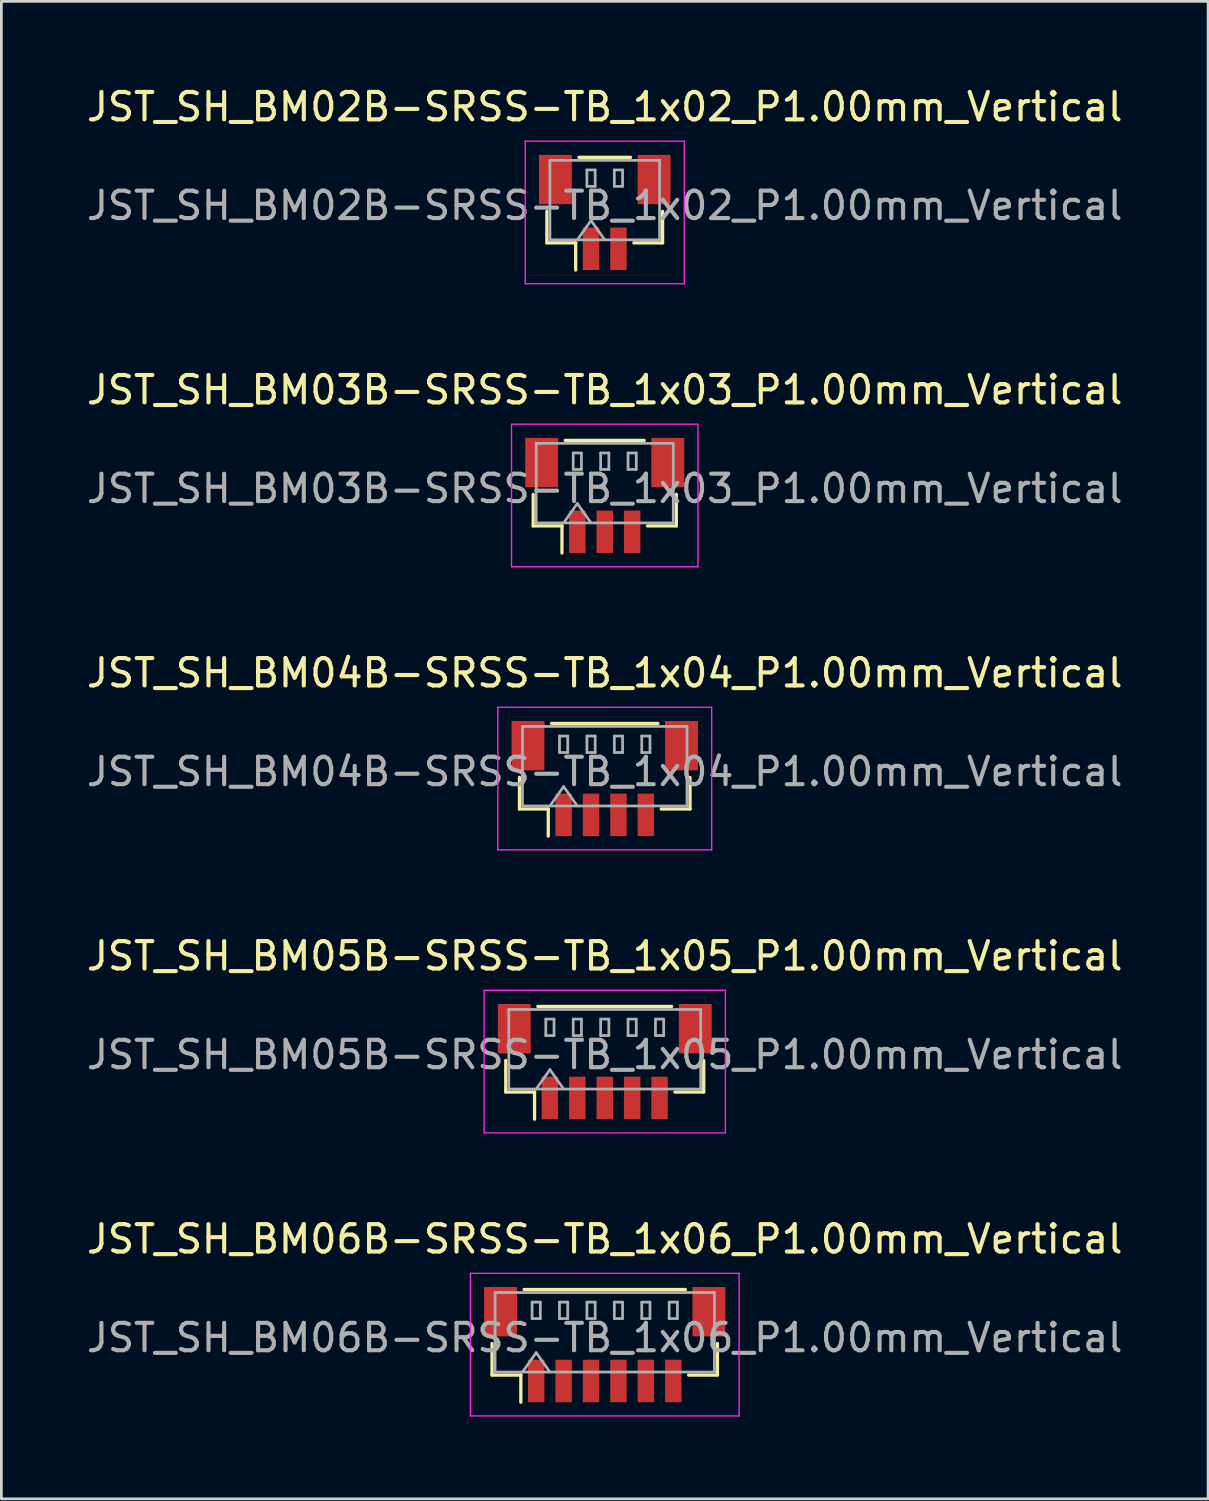
<source format=kicad_pcb>
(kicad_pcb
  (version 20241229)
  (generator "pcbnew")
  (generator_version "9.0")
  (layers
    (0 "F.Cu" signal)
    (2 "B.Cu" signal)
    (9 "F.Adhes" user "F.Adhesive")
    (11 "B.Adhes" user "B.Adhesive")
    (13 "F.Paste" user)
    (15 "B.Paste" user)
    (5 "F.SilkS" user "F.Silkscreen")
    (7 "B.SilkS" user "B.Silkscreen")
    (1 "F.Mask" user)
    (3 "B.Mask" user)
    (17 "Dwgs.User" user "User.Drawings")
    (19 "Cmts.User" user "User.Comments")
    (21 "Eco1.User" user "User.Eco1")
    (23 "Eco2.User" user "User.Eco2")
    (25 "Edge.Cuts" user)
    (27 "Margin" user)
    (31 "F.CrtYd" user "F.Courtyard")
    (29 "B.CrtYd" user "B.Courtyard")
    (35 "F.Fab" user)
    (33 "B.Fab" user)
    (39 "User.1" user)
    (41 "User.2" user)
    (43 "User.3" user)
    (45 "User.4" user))
  (footprint "JST_SH_BM02B-SRSS-TB_1x02_P1.00mm_Vertical"
    (layer "F.Cu")
    (at 19.006 4.698)
    (property "Reference" "JST_SH_BM02B-SRSS-TB_1x02_P1.00mm_Vertical" (at 0 -3.85 0) (layer "F.SilkS") (effects (font (size 1 1) (thickness 0.15))))
    (attr smd)
    (fp_line (start -2.11 -0.04) (end -2.11 1.11) (stroke (width 0.12) (type solid)) (layer "F.SilkS"))
    (fp_line (start -2.11 1.11) (end -1.06 1.11) (stroke (width 0.12) (type solid)) (layer "F.SilkS"))
    (fp_line (start -1.06 1.11) (end -1.06 2.1) (stroke (width 0.12) (type solid)) (layer "F.SilkS"))
    (fp_line (start -0.94 -2.01) (end 0.94 -2.01) (stroke (width 0.12) (type solid)) (layer "F.SilkS"))
    (fp_line (start 2.11 -0.04) (end 2.11 1.11) (stroke (width 0.12) (type solid)) (layer "F.SilkS"))
    (fp_line (start 2.11 1.11) (end 1.06 1.11) (stroke (width 0.12) (type solid)) (layer "F.SilkS"))
    (fp_line (start -2.9 -2.6) (end -2.9 2.6) (stroke (width 0.05) (type solid)) (layer "F.CrtYd"))
    (fp_line (start -2.9 2.6) (end 2.9 2.6) (stroke (width 0.05) (type solid)) (layer "F.CrtYd"))
    (fp_line (start 2.9 -2.6) (end -2.9 -2.6) (stroke (width 0.05) (type solid)) (layer "F.CrtYd"))
    (fp_line (start 2.9 2.6) (end 2.9 -2.6) (stroke (width 0.05) (type solid)) (layer "F.CrtYd"))
    (fp_line (start -2 -1.9) (end 2 -1.9) (stroke (width 0.1) (type solid)) (layer "F.Fab"))
    (fp_line (start -2 1) (end -2 -1.9) (stroke (width 0.1) (type solid)) (layer "F.Fab"))
    (fp_line (start -2 1) (end 2 1) (stroke (width 0.1) (type solid)) (layer "F.Fab"))
    (fp_line (start -1 1) (end -0.5 0.293) (stroke (width 0.1) (type solid)) (layer "F.Fab"))
    (fp_line (start -0.65 -1.55) (end -0.65 -0.95) (stroke (width 0.1) (type solid)) (layer "F.Fab"))
    (fp_line (start -0.65 -0.95) (end -0.35 -0.95) (stroke (width 0.1) (type solid)) (layer "F.Fab"))
    (fp_line (start -0.5 0.293) (end 0 1) (stroke (width 0.1) (type solid)) (layer "F.Fab"))
    (fp_line (start -0.35 -1.55) (end -0.65 -1.55) (stroke (width 0.1) (type solid)) (layer "F.Fab"))
    (fp_line (start -0.35 -0.95) (end -0.35 -1.55) (stroke (width 0.1) (type solid)) (layer "F.Fab"))
    (fp_line (start 0.35 -1.55) (end 0.35 -0.95) (stroke (width 0.1) (type solid)) (layer "F.Fab"))
    (fp_line (start 0.35 -0.95) (end 0.65 -0.95) (stroke (width 0.1) (type solid)) (layer "F.Fab"))
    (fp_line (start 0.65 -1.55) (end 0.35 -1.55) (stroke (width 0.1) (type solid)) (layer "F.Fab"))
    (fp_line (start 0.65 -0.95) (end 0.65 -1.55) (stroke (width 0.1) (type solid)) (layer "F.Fab"))
    (fp_line (start 2 1) (end 2 -1.9) (stroke (width 0.1) (type solid)) (layer "F.Fab"))
    (fp_text user "${REFERENCE}" (at 0 -0.25 0) (layer "F.Fab") (effects (font (size 1 1) (thickness 0.15))))
    (pad "" smd rect (at -1.8 -1.2) (size 1.2 1.8) (layers "F.Cu" "F.Mask" "F.Paste"))
    (pad "" smd rect (at 1.8 -1.2) (size 1.2 1.8) (layers "F.Cu" "F.Mask" "F.Paste"))
    (pad "1" smd rect (at -0.5 1.325) (size 0.6 1.55) (layers "F.Cu" "F.Mask" "F.Paste"))
    (pad "2" smd rect (at 0.5 1.325) (size 0.6 1.55) (layers "F.Cu" "F.Mask" "F.Paste")))
  (footprint "JST_SH_BM06B-SRSS-TB_1x06_P1.00mm_Vertical"
    (layer "F.Cu")
    (at 19.006 45.991)
    (property "Reference" "JST_SH_BM06B-SRSS-TB_1x06_P1.00mm_Vertical" (at 0 -3.85 0) (layer "F.SilkS") (effects (font (size 1 1) (thickness 0.15))))
    (attr smd)
    (fp_line (start -4.11 -0.04) (end -4.11 1.11) (stroke (width 0.12) (type solid)) (layer "F.SilkS"))
    (fp_line (start -4.11 1.11) (end -3.06 1.11) (stroke (width 0.12) (type solid)) (layer "F.SilkS"))
    (fp_line (start -3.06 1.11) (end -3.06 2.1) (stroke (width 0.12) (type solid)) (layer "F.SilkS"))
    (fp_line (start -2.94 -2.01) (end 2.94 -2.01) (stroke (width 0.12) (type solid)) (layer "F.SilkS"))
    (fp_line (start 4.11 -0.04) (end 4.11 1.11) (stroke (width 0.12) (type solid)) (layer "F.SilkS"))
    (fp_line (start 4.11 1.11) (end 3.06 1.11) (stroke (width 0.12) (type solid)) (layer "F.SilkS"))
    (fp_line (start -4.9 -2.6) (end -4.9 2.6) (stroke (width 0.05) (type solid)) (layer "F.CrtYd"))
    (fp_line (start -4.9 2.6) (end 4.9 2.6) (stroke (width 0.05) (type solid)) (layer "F.CrtYd"))
    (fp_line (start 4.9 -2.6) (end -4.9 -2.6) (stroke (width 0.05) (type solid)) (layer "F.CrtYd"))
    (fp_line (start 4.9 2.6) (end 4.9 -2.6) (stroke (width 0.05) (type solid)) (layer "F.CrtYd"))
    (fp_line (start -4 -1.9) (end 4 -1.9) (stroke (width 0.1) (type solid)) (layer "F.Fab"))
    (fp_line (start -4 1) (end -4 -1.9) (stroke (width 0.1) (type solid)) (layer "F.Fab"))
    (fp_line (start -4 1) (end 4 1) (stroke (width 0.1) (type solid)) (layer "F.Fab"))
    (fp_line (start -3 1) (end -2.5 0.293) (stroke (width 0.1) (type solid)) (layer "F.Fab"))
    (fp_line (start -2.65 -1.55) (end -2.65 -0.95) (stroke (width 0.1) (type solid)) (layer "F.Fab"))
    (fp_line (start -2.65 -0.95) (end -2.35 -0.95) (stroke (width 0.1) (type solid)) (layer "F.Fab"))
    (fp_line (start -2.5 0.293) (end -2 1) (stroke (width 0.1) (type solid)) (layer "F.Fab"))
    (fp_line (start -2.35 -1.55) (end -2.65 -1.55) (stroke (width 0.1) (type solid)) (layer "F.Fab"))
    (fp_line (start -2.35 -0.95) (end -2.35 -1.55) (stroke (width 0.1) (type solid)) (layer "F.Fab"))
    (fp_line (start -1.65 -1.55) (end -1.65 -0.95) (stroke (width 0.1) (type solid)) (layer "F.Fab"))
    (fp_line (start -1.65 -0.95) (end -1.35 -0.95) (stroke (width 0.1) (type solid)) (layer "F.Fab"))
    (fp_line (start -1.35 -1.55) (end -1.65 -1.55) (stroke (width 0.1) (type solid)) (layer "F.Fab"))
    (fp_line (start -1.35 -0.95) (end -1.35 -1.55) (stroke (width 0.1) (type solid)) (layer "F.Fab"))
    (fp_line (start -0.65 -1.55) (end -0.65 -0.95) (stroke (width 0.1) (type solid)) (layer "F.Fab"))
    (fp_line (start -0.65 -0.95) (end -0.35 -0.95) (stroke (width 0.1) (type solid)) (layer "F.Fab"))
    (fp_line (start -0.35 -1.55) (end -0.65 -1.55) (stroke (width 0.1) (type solid)) (layer "F.Fab"))
    (fp_line (start -0.35 -0.95) (end -0.35 -1.55) (stroke (width 0.1) (type solid)) (layer "F.Fab"))
    (fp_line (start 0.35 -1.55) (end 0.35 -0.95) (stroke (width 0.1) (type solid)) (layer "F.Fab"))
    (fp_line (start 0.35 -0.95) (end 0.65 -0.95) (stroke (width 0.1) (type solid)) (layer "F.Fab"))
    (fp_line (start 0.65 -1.55) (end 0.35 -1.55) (stroke (width 0.1) (type solid)) (layer "F.Fab"))
    (fp_line (start 0.65 -0.95) (end 0.65 -1.55) (stroke (width 0.1) (type solid)) (layer "F.Fab"))
    (fp_line (start 1.35 -1.55) (end 1.35 -0.95) (stroke (width 0.1) (type solid)) (layer "F.Fab"))
    (fp_line (start 1.35 -0.95) (end 1.65 -0.95) (stroke (width 0.1) (type solid)) (layer "F.Fab"))
    (fp_line (start 1.65 -1.55) (end 1.35 -1.55) (stroke (width 0.1) (type solid)) (layer "F.Fab"))
    (fp_line (start 1.65 -0.95) (end 1.65 -1.55) (stroke (width 0.1) (type solid)) (layer "F.Fab"))
    (fp_line (start 2.35 -1.55) (end 2.35 -0.95) (stroke (width 0.1) (type solid)) (layer "F.Fab"))
    (fp_line (start 2.35 -0.95) (end 2.65 -0.95) (stroke (width 0.1) (type solid)) (layer "F.Fab"))
    (fp_line (start 2.65 -1.55) (end 2.35 -1.55) (stroke (width 0.1) (type solid)) (layer "F.Fab"))
    (fp_line (start 2.65 -0.95) (end 2.65 -1.55) (stroke (width 0.1) (type solid)) (layer "F.Fab"))
    (fp_line (start 4 1) (end 4 -1.9) (stroke (width 0.1) (type solid)) (layer "F.Fab"))
    (fp_text user "${REFERENCE}" (at 0 -0.25 0) (layer "F.Fab") (effects (font (size 1 1) (thickness 0.15))))
    (pad "" smd rect (at -3.8 -1.2) (size 1.2 1.8) (layers "F.Cu" "F.Mask" "F.Paste"))
    (pad "" smd rect (at 3.8 -1.2) (size 1.2 1.8) (layers "F.Cu" "F.Mask" "F.Paste"))
    (pad "1" smd rect (at -2.5 1.325) (size 0.6 1.55) (layers "F.Cu" "F.Mask" "F.Paste"))
    (pad "2" smd rect (at -1.5 1.325) (size 0.6 1.55) (layers "F.Cu" "F.Mask" "F.Paste"))
    (pad "3" smd rect (at -0.5 1.325) (size 0.6 1.55) (layers "F.Cu" "F.Mask" "F.Paste"))
    (pad "4" smd rect (at 0.5 1.325) (size 0.6 1.55) (layers "F.Cu" "F.Mask" "F.Paste"))
    (pad "5" smd rect (at 1.5 1.325) (size 0.6 1.55) (layers "F.Cu" "F.Mask" "F.Paste"))
    (pad "6" smd rect (at 2.5 1.325) (size 0.6 1.55) (layers "F.Cu" "F.Mask" "F.Paste")))
  (footprint "JST_SH_BM04B-SRSS-TB_1x04_P1.00mm_Vertical"
    (layer "F.Cu")
    (at 19.006 25.345)
    (property "Reference" "JST_SH_BM04B-SRSS-TB_1x04_P1.00mm_Vertical" (at 0 -3.85 0) (layer "F.SilkS") (effects (font (size 1 1) (thickness 0.15))))
    (attr smd)
    (fp_line (start -3.11 -0.04) (end -3.11 1.11) (stroke (width 0.12) (type solid)) (layer "F.SilkS"))
    (fp_line (start -3.11 1.11) (end -2.06 1.11) (stroke (width 0.12) (type solid)) (layer "F.SilkS"))
    (fp_line (start -2.06 1.11) (end -2.06 2.1) (stroke (width 0.12) (type solid)) (layer "F.SilkS"))
    (fp_line (start -1.94 -2.01) (end 1.94 -2.01) (stroke (width 0.12) (type solid)) (layer "F.SilkS"))
    (fp_line (start 3.11 -0.04) (end 3.11 1.11) (stroke (width 0.12) (type solid)) (layer "F.SilkS"))
    (fp_line (start 3.11 1.11) (end 2.06 1.11) (stroke (width 0.12) (type solid)) (layer "F.SilkS"))
    (fp_line (start -3.9 -2.6) (end -3.9 2.6) (stroke (width 0.05) (type solid)) (layer "F.CrtYd"))
    (fp_line (start -3.9 2.6) (end 3.9 2.6) (stroke (width 0.05) (type solid)) (layer "F.CrtYd"))
    (fp_line (start 3.9 -2.6) (end -3.9 -2.6) (stroke (width 0.05) (type solid)) (layer "F.CrtYd"))
    (fp_line (start 3.9 2.6) (end 3.9 -2.6) (stroke (width 0.05) (type solid)) (layer "F.CrtYd"))
    (fp_line (start -3 -1.9) (end 3 -1.9) (stroke (width 0.1) (type solid)) (layer "F.Fab"))
    (fp_line (start -3 1) (end -3 -1.9) (stroke (width 0.1) (type solid)) (layer "F.Fab"))
    (fp_line (start -3 1) (end 3 1) (stroke (width 0.1) (type solid)) (layer "F.Fab"))
    (fp_line (start -2 1) (end -1.5 0.293) (stroke (width 0.1) (type solid)) (layer "F.Fab"))
    (fp_line (start -1.65 -1.55) (end -1.65 -0.95) (stroke (width 0.1) (type solid)) (layer "F.Fab"))
    (fp_line (start -1.65 -0.95) (end -1.35 -0.95) (stroke (width 0.1) (type solid)) (layer "F.Fab"))
    (fp_line (start -1.5 0.293) (end -1 1) (stroke (width 0.1) (type solid)) (layer "F.Fab"))
    (fp_line (start -1.35 -1.55) (end -1.65 -1.55) (stroke (width 0.1) (type solid)) (layer "F.Fab"))
    (fp_line (start -1.35 -0.95) (end -1.35 -1.55) (stroke (width 0.1) (type solid)) (layer "F.Fab"))
    (fp_line (start -0.65 -1.55) (end -0.65 -0.95) (stroke (width 0.1) (type solid)) (layer "F.Fab"))
    (fp_line (start -0.65 -0.95) (end -0.35 -0.95) (stroke (width 0.1) (type solid)) (layer "F.Fab"))
    (fp_line (start -0.35 -1.55) (end -0.65 -1.55) (stroke (width 0.1) (type solid)) (layer "F.Fab"))
    (fp_line (start -0.35 -0.95) (end -0.35 -1.55) (stroke (width 0.1) (type solid)) (layer "F.Fab"))
    (fp_line (start 0.35 -1.55) (end 0.35 -0.95) (stroke (width 0.1) (type solid)) (layer "F.Fab"))
    (fp_line (start 0.35 -0.95) (end 0.65 -0.95) (stroke (width 0.1) (type solid)) (layer "F.Fab"))
    (fp_line (start 0.65 -1.55) (end 0.35 -1.55) (stroke (width 0.1) (type solid)) (layer "F.Fab"))
    (fp_line (start 0.65 -0.95) (end 0.65 -1.55) (stroke (width 0.1) (type solid)) (layer "F.Fab"))
    (fp_line (start 1.35 -1.55) (end 1.35 -0.95) (stroke (width 0.1) (type solid)) (layer "F.Fab"))
    (fp_line (start 1.35 -0.95) (end 1.65 -0.95) (stroke (width 0.1) (type solid)) (layer "F.Fab"))
    (fp_line (start 1.65 -1.55) (end 1.35 -1.55) (stroke (width 0.1) (type solid)) (layer "F.Fab"))
    (fp_line (start 1.65 -0.95) (end 1.65 -1.55) (stroke (width 0.1) (type solid)) (layer "F.Fab"))
    (fp_line (start 3 1) (end 3 -1.9) (stroke (width 0.1) (type solid)) (layer "F.Fab"))
    (fp_text user "${REFERENCE}" (at 0 -0.25 0) (layer "F.Fab") (effects (font (size 1 1) (thickness 0.15))))
    (pad "" smd rect (at -2.8 -1.2) (size 1.2 1.8) (layers "F.Cu" "F.Mask" "F.Paste"))
    (pad "" smd rect (at 2.8 -1.2) (size 1.2 1.8) (layers "F.Cu" "F.Mask" "F.Paste"))
    (pad "1" smd rect (at -1.5 1.325) (size 0.6 1.55) (layers "F.Cu" "F.Mask" "F.Paste"))
    (pad "2" smd rect (at -0.5 1.325) (size 0.6 1.55) (layers "F.Cu" "F.Mask" "F.Paste"))
    (pad "3" smd rect (at 0.5 1.325) (size 0.6 1.55) (layers "F.Cu" "F.Mask" "F.Paste"))
    (pad "4" smd rect (at 1.5 1.325) (size 0.6 1.55) (layers "F.Cu" "F.Mask" "F.Paste")))
  (footprint "JST_SH_BM03B-SRSS-TB_1x03_P1.00mm_Vertical"
    (layer "F.Cu")
    (at 19.006 15.021)
    (property "Reference" "JST_SH_BM03B-SRSS-TB_1x03_P1.00mm_Vertical" (at 0 -3.85 0) (layer "F.SilkS") (effects (font (size 1 1) (thickness 0.15))))
    (attr smd)
    (fp_line (start -2.61 -0.04) (end -2.61 1.11) (stroke (width 0.12) (type solid)) (layer "F.SilkS"))
    (fp_line (start -2.61 1.11) (end -1.56 1.11) (stroke (width 0.12) (type solid)) (layer "F.SilkS"))
    (fp_line (start -1.56 1.11) (end -1.56 2.1) (stroke (width 0.12) (type solid)) (layer "F.SilkS"))
    (fp_line (start -1.44 -2.01) (end 1.44 -2.01) (stroke (width 0.12) (type solid)) (layer "F.SilkS"))
    (fp_line (start 2.61 -0.04) (end 2.61 1.11) (stroke (width 0.12) (type solid)) (layer "F.SilkS"))
    (fp_line (start 2.61 1.11) (end 1.56 1.11) (stroke (width 0.12) (type solid)) (layer "F.SilkS"))
    (fp_line (start -3.4 -2.6) (end -3.4 2.6) (stroke (width 0.05) (type solid)) (layer "F.CrtYd"))
    (fp_line (start -3.4 2.6) (end 3.4 2.6) (stroke (width 0.05) (type solid)) (layer "F.CrtYd"))
    (fp_line (start 3.4 -2.6) (end -3.4 -2.6) (stroke (width 0.05) (type solid)) (layer "F.CrtYd"))
    (fp_line (start 3.4 2.6) (end 3.4 -2.6) (stroke (width 0.05) (type solid)) (layer "F.CrtYd"))
    (fp_line (start -2.5 -1.9) (end 2.5 -1.9) (stroke (width 0.1) (type solid)) (layer "F.Fab"))
    (fp_line (start -2.5 1) (end -2.5 -1.9) (stroke (width 0.1) (type solid)) (layer "F.Fab"))
    (fp_line (start -2.5 1) (end 2.5 1) (stroke (width 0.1) (type solid)) (layer "F.Fab"))
    (fp_line (start -1.5 1) (end -1 0.293) (stroke (width 0.1) (type solid)) (layer "F.Fab"))
    (fp_line (start -1.15 -1.55) (end -1.15 -0.95) (stroke (width 0.1) (type solid)) (layer "F.Fab"))
    (fp_line (start -1.15 -0.95) (end -0.85 -0.95) (stroke (width 0.1) (type solid)) (layer "F.Fab"))
    (fp_line (start -1 0.293) (end -0.5 1) (stroke (width 0.1) (type solid)) (layer "F.Fab"))
    (fp_line (start -0.85 -1.55) (end -1.15 -1.55) (stroke (width 0.1) (type solid)) (layer "F.Fab"))
    (fp_line (start -0.85 -0.95) (end -0.85 -1.55) (stroke (width 0.1) (type solid)) (layer "F.Fab"))
    (fp_line (start -0.15 -1.55) (end -0.15 -0.95) (stroke (width 0.1) (type solid)) (layer "F.Fab"))
    (fp_line (start -0.15 -0.95) (end 0.15 -0.95) (stroke (width 0.1) (type solid)) (layer "F.Fab"))
    (fp_line (start 0.15 -1.55) (end -0.15 -1.55) (stroke (width 0.1) (type solid)) (layer "F.Fab"))
    (fp_line (start 0.15 -0.95) (end 0.15 -1.55) (stroke (width 0.1) (type solid)) (layer "F.Fab"))
    (fp_line (start 0.85 -1.55) (end 0.85 -0.95) (stroke (width 0.1) (type solid)) (layer "F.Fab"))
    (fp_line (start 0.85 -0.95) (end 1.15 -0.95) (stroke (width 0.1) (type solid)) (layer "F.Fab"))
    (fp_line (start 1.15 -1.55) (end 0.85 -1.55) (stroke (width 0.1) (type solid)) (layer "F.Fab"))
    (fp_line (start 1.15 -0.95) (end 1.15 -1.55) (stroke (width 0.1) (type solid)) (layer "F.Fab"))
    (fp_line (start 2.5 1) (end 2.5 -1.9) (stroke (width 0.1) (type solid)) (layer "F.Fab"))
    (fp_text user "${REFERENCE}" (at 0 -0.25 0) (layer "F.Fab") (effects (font (size 1 1) (thickness 0.15))))
    (pad "" smd rect (at -2.3 -1.2) (size 1.2 1.8) (layers "F.Cu" "F.Mask" "F.Paste"))
    (pad "" smd rect (at 2.3 -1.2) (size 1.2 1.8) (layers "F.Cu" "F.Mask" "F.Paste"))
    (pad "1" smd rect (at -1 1.325) (size 0.6 1.55) (layers "F.Cu" "F.Mask" "F.Paste"))
    (pad "2" smd rect (at 0 1.325) (size 0.6 1.55) (layers "F.Cu" "F.Mask" "F.Paste"))
    (pad "3" smd rect (at 1 1.325) (size 0.6 1.55) (layers "F.Cu" "F.Mask" "F.Paste")))
  (footprint "JST_SH_BM05B-SRSS-TB_1x05_P1.00mm_Vertical"
    (layer "F.Cu")
    (at 19.006 35.668)
    (property "Reference" "JST_SH_BM05B-SRSS-TB_1x05_P1.00mm_Vertical" (at 0 -3.85 0) (layer "F.SilkS") (effects (font (size 1 1) (thickness 0.15))))
    (attr smd)
    (fp_line (start -3.61 -0.04) (end -3.61 1.11) (stroke (width 0.12) (type solid)) (layer "F.SilkS"))
    (fp_line (start -3.61 1.11) (end -2.56 1.11) (stroke (width 0.12) (type solid)) (layer "F.SilkS"))
    (fp_line (start -2.56 1.11) (end -2.56 2.1) (stroke (width 0.12) (type solid)) (layer "F.SilkS"))
    (fp_line (start -2.44 -2.01) (end 2.44 -2.01) (stroke (width 0.12) (type solid)) (layer "F.SilkS"))
    (fp_line (start 3.61 -0.04) (end 3.61 1.11) (stroke (width 0.12) (type solid)) (layer "F.SilkS"))
    (fp_line (start 3.61 1.11) (end 2.56 1.11) (stroke (width 0.12) (type solid)) (layer "F.SilkS"))
    (fp_line (start -4.4 -2.6) (end -4.4 2.6) (stroke (width 0.05) (type solid)) (layer "F.CrtYd"))
    (fp_line (start -4.4 2.6) (end 4.4 2.6) (stroke (width 0.05) (type solid)) (layer "F.CrtYd"))
    (fp_line (start 4.4 -2.6) (end -4.4 -2.6) (stroke (width 0.05) (type solid)) (layer "F.CrtYd"))
    (fp_line (start 4.4 2.6) (end 4.4 -2.6) (stroke (width 0.05) (type solid)) (layer "F.CrtYd"))
    (fp_line (start -3.5 -1.9) (end 3.5 -1.9) (stroke (width 0.1) (type solid)) (layer "F.Fab"))
    (fp_line (start -3.5 1) (end -3.5 -1.9) (stroke (width 0.1) (type solid)) (layer "F.Fab"))
    (fp_line (start -3.5 1) (end 3.5 1) (stroke (width 0.1) (type solid)) (layer "F.Fab"))
    (fp_line (start -2.5 1) (end -2 0.293) (stroke (width 0.1) (type solid)) (layer "F.Fab"))
    (fp_line (start -2.15 -1.55) (end -2.15 -0.95) (stroke (width 0.1) (type solid)) (layer "F.Fab"))
    (fp_line (start -2.15 -0.95) (end -1.85 -0.95) (stroke (width 0.1) (type solid)) (layer "F.Fab"))
    (fp_line (start -2 0.293) (end -1.5 1) (stroke (width 0.1) (type solid)) (layer "F.Fab"))
    (fp_line (start -1.85 -1.55) (end -2.15 -1.55) (stroke (width 0.1) (type solid)) (layer "F.Fab"))
    (fp_line (start -1.85 -0.95) (end -1.85 -1.55) (stroke (width 0.1) (type solid)) (layer "F.Fab"))
    (fp_line (start -1.15 -1.55) (end -1.15 -0.95) (stroke (width 0.1) (type solid)) (layer "F.Fab"))
    (fp_line (start -1.15 -0.95) (end -0.85 -0.95) (stroke (width 0.1) (type solid)) (layer "F.Fab"))
    (fp_line (start -0.85 -1.55) (end -1.15 -1.55) (stroke (width 0.1) (type solid)) (layer "F.Fab"))
    (fp_line (start -0.85 -0.95) (end -0.85 -1.55) (stroke (width 0.1) (type solid)) (layer "F.Fab"))
    (fp_line (start -0.15 -1.55) (end -0.15 -0.95) (stroke (width 0.1) (type solid)) (layer "F.Fab"))
    (fp_line (start -0.15 -0.95) (end 0.15 -0.95) (stroke (width 0.1) (type solid)) (layer "F.Fab"))
    (fp_line (start 0.15 -1.55) (end -0.15 -1.55) (stroke (width 0.1) (type solid)) (layer "F.Fab"))
    (fp_line (start 0.15 -0.95) (end 0.15 -1.55) (stroke (width 0.1) (type solid)) (layer "F.Fab"))
    (fp_line (start 0.85 -1.55) (end 0.85 -0.95) (stroke (width 0.1) (type solid)) (layer "F.Fab"))
    (fp_line (start 0.85 -0.95) (end 1.15 -0.95) (stroke (width 0.1) (type solid)) (layer "F.Fab"))
    (fp_line (start 1.15 -1.55) (end 0.85 -1.55) (stroke (width 0.1) (type solid)) (layer "F.Fab"))
    (fp_line (start 1.15 -0.95) (end 1.15 -1.55) (stroke (width 0.1) (type solid)) (layer "F.Fab"))
    (fp_line (start 1.85 -1.55) (end 1.85 -0.95) (stroke (width 0.1) (type solid)) (layer "F.Fab"))
    (fp_line (start 1.85 -0.95) (end 2.15 -0.95) (stroke (width 0.1) (type solid)) (layer "F.Fab"))
    (fp_line (start 2.15 -1.55) (end 1.85 -1.55) (stroke (width 0.1) (type solid)) (layer "F.Fab"))
    (fp_line (start 2.15 -0.95) (end 2.15 -1.55) (stroke (width 0.1) (type solid)) (layer "F.Fab"))
    (fp_line (start 3.5 1) (end 3.5 -1.9) (stroke (width 0.1) (type solid)) (layer "F.Fab"))
    (fp_text user "${REFERENCE}" (at 0 -0.25 0) (layer "F.Fab") (effects (font (size 1 1) (thickness 0.15))))
    (pad "" smd rect (at -3.3 -1.2) (size 1.2 1.8) (layers "F.Cu" "F.Mask" "F.Paste"))
    (pad "" smd rect (at 3.3 -1.2) (size 1.2 1.8) (layers "F.Cu" "F.Mask" "F.Paste"))
    (pad "1" smd rect (at -2 1.325) (size 0.6 1.55) (layers "F.Cu" "F.Mask" "F.Paste"))
    (pad "2" smd rect (at -1 1.325) (size 0.6 1.55) (layers "F.Cu" "F.Mask" "F.Paste"))
    (pad "3" smd rect (at 0 1.325) (size 0.6 1.55) (layers "F.Cu" "F.Mask" "F.Paste"))
    (pad "4" smd rect (at 1 1.325) (size 0.6 1.55) (layers "F.Cu" "F.Mask" "F.Paste"))
    (pad "5" smd rect (at 2 1.325) (size 0.6 1.55) (layers "F.Cu" "F.Mask" "F.Paste")))
  (gr_rect
    (start -3 -3)
    (end 41.012 51.616)
    (stroke (width 0.1) (type default))
    (fill no)
    (layer "Edge.Cuts")))
</source>
